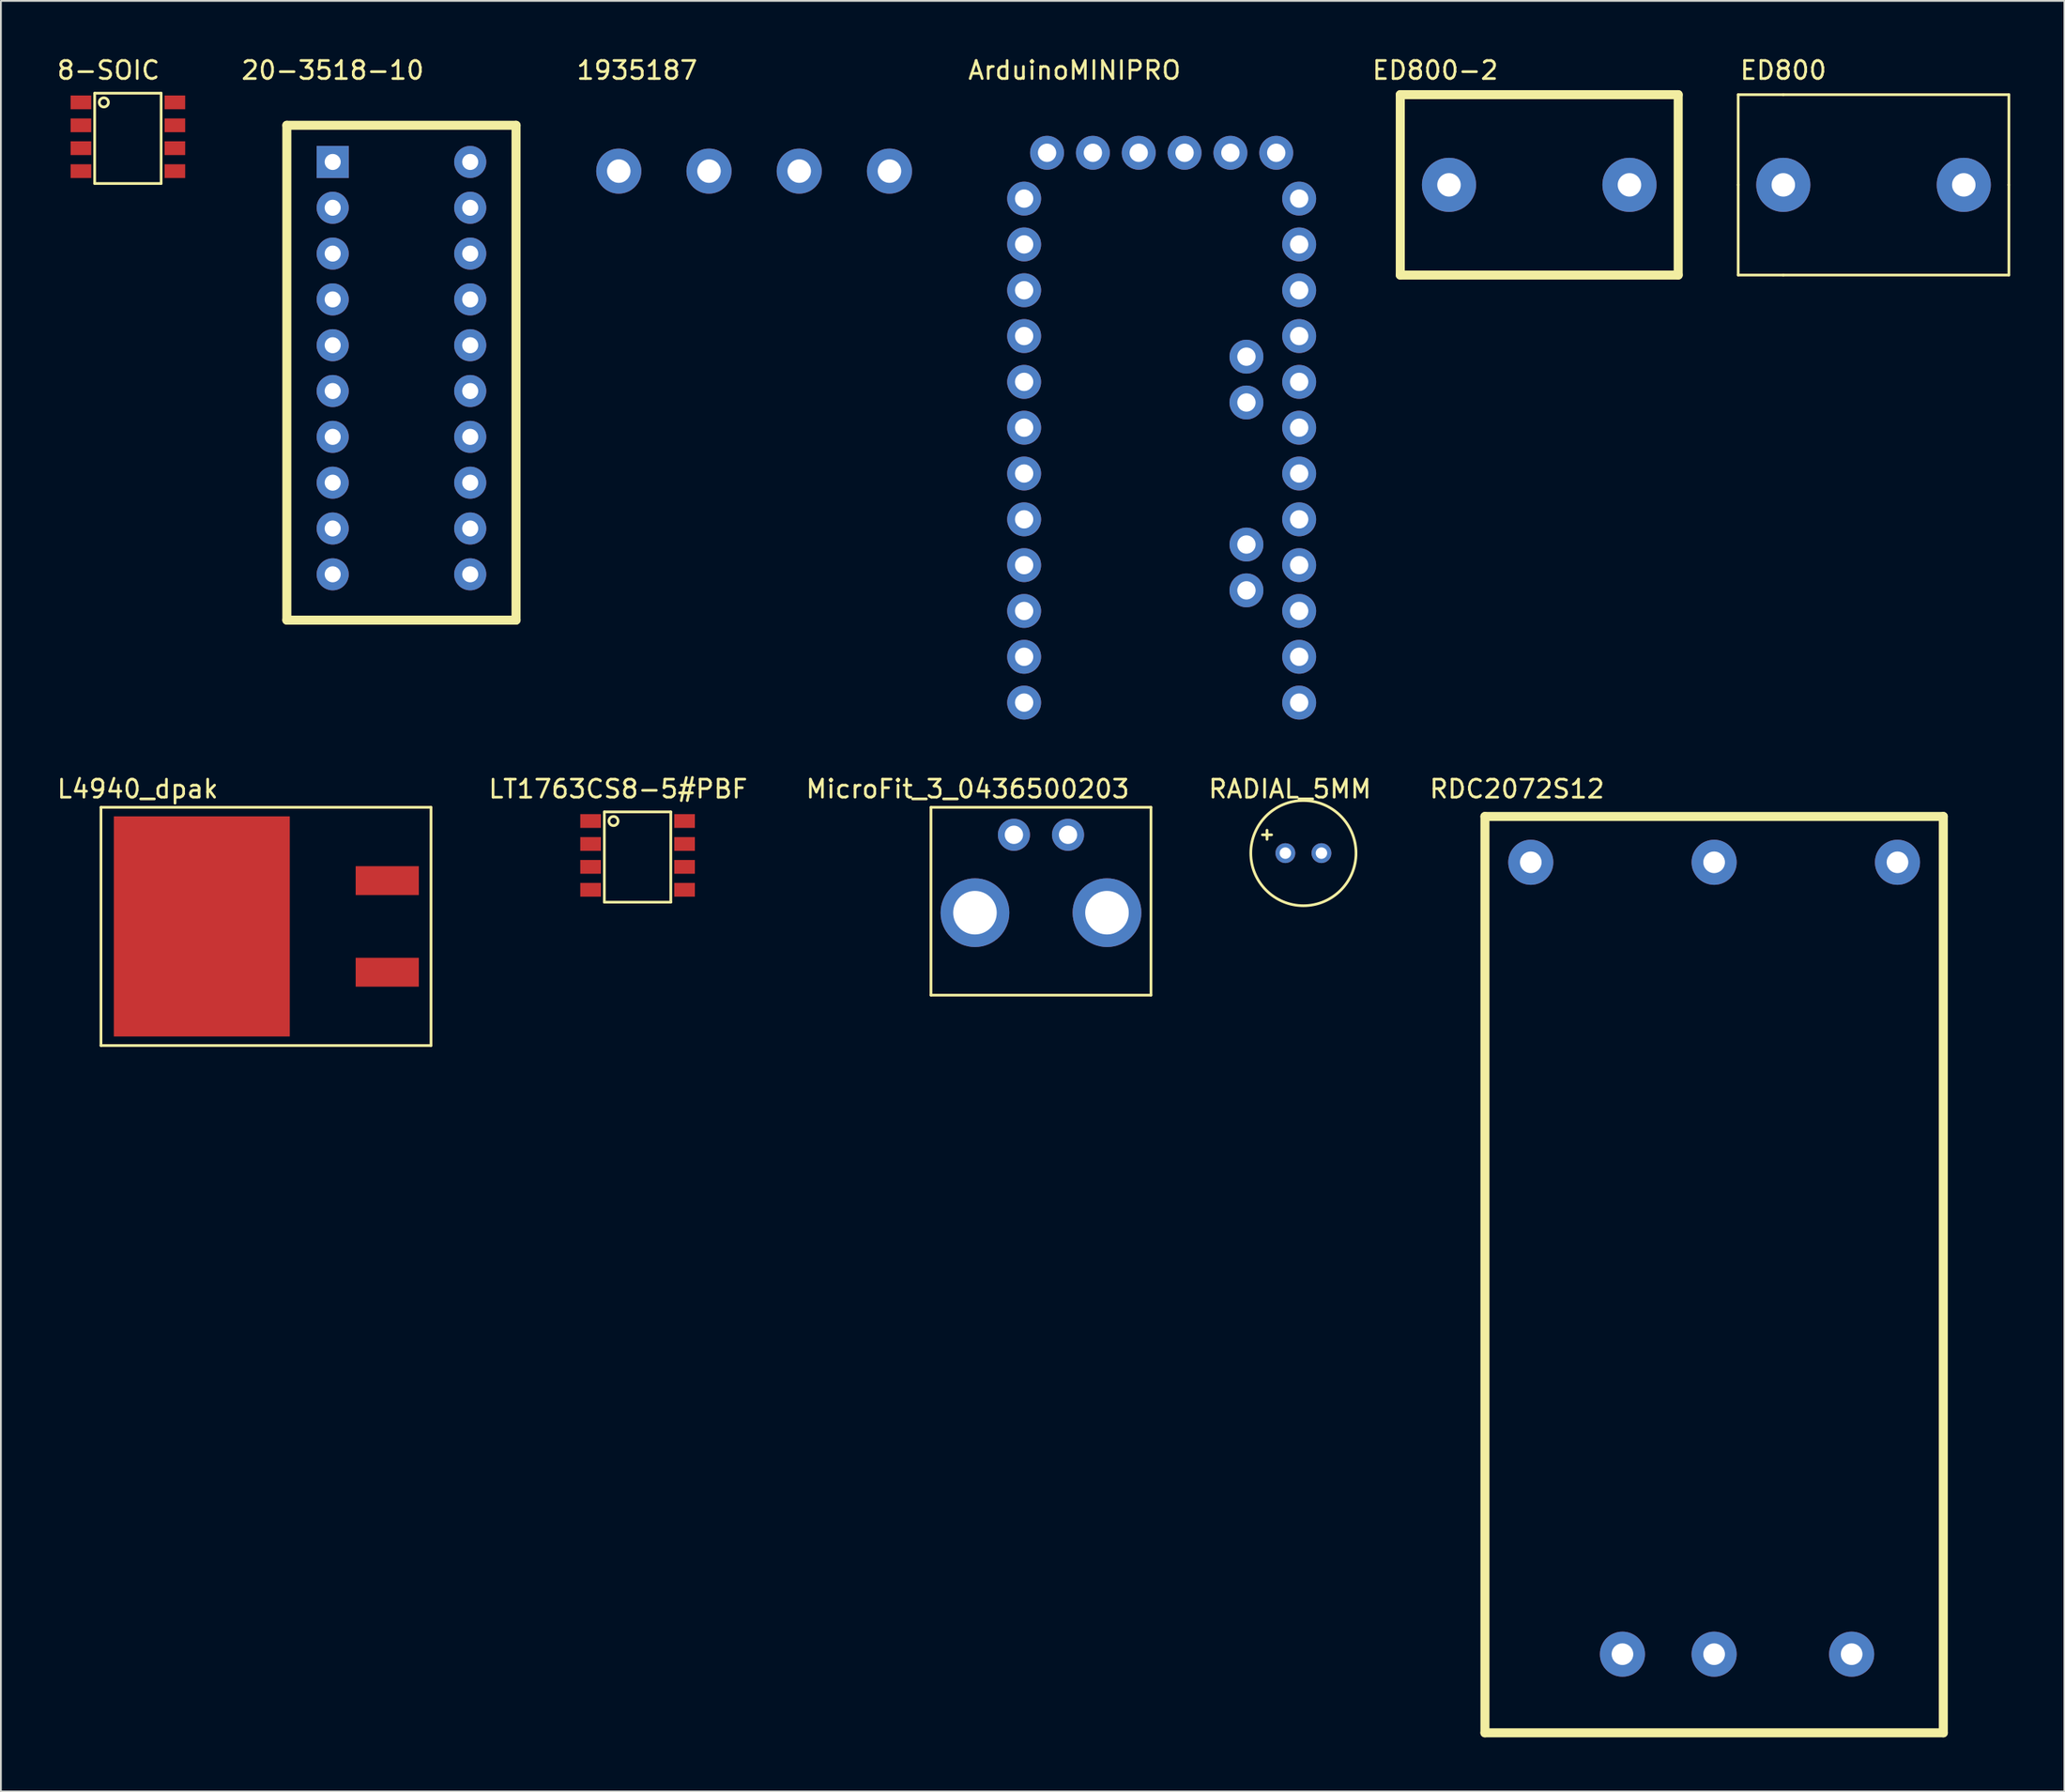
<source format=kicad_pcb>
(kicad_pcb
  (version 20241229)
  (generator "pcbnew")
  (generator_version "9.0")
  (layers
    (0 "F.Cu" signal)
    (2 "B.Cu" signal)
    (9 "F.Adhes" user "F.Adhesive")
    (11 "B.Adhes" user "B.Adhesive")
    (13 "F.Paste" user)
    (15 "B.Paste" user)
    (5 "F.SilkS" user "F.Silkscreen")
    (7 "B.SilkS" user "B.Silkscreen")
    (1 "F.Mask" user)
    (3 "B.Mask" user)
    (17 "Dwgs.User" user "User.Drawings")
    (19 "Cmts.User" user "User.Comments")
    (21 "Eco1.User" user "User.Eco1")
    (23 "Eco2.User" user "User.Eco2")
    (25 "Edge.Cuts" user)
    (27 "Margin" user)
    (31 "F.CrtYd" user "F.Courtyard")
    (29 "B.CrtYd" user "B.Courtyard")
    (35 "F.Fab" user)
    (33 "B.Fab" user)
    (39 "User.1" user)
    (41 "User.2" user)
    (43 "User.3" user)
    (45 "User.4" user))
  (footprint "ED800"
    (layer "F.Cu")
    (at 95.768 7.198)
    (property "Reference" "ED800" (at 0 -6.35 0) (layer "F.SilkS") (effects (font (size 1 1) (thickness 0.15))))
    (attr through_hole)
    (fp_line (start -2.5 -5) (end 0 -5) (stroke (width 0.15) (type solid)) (layer "F.SilkS"))
    (fp_line (start -2.5 0) (end -2.5 -5) (stroke (width 0.15) (type solid)) (layer "F.SilkS"))
    (fp_line (start -2.5 0) (end -2.5 5) (stroke (width 0.15) (type solid)) (layer "F.SilkS"))
    (fp_line (start 0 -5) (end 12.5 -5) (stroke (width 0.15) (type solid)) (layer "F.SilkS"))
    (fp_line (start 0 5) (end -2.5 5) (stroke (width 0.15) (type solid)) (layer "F.SilkS"))
    (fp_line (start 0 5) (end 12.5 5) (stroke (width 0.15) (type solid)) (layer "F.SilkS"))
    (fp_line (start 12.5 0) (end 12.5 -5) (stroke (width 0.15) (type solid)) (layer "F.SilkS"))
    (fp_line (start 12.5 0) (end 12.5 5) (stroke (width 0.15) (type solid)) (layer "F.SilkS"))
    (pad "1" thru_hole circle (at 0 0) (size 3 3) (drill 1.3) (layers "*.Cu" "*.Mask"))
    (pad "2" thru_hole circle (at 10 0) (size 3 3) (drill 1.3) (layers "*.Cu" "*.Mask")))
  (footprint "ED800-2"
    (layer "F.Cu")
    (at 77.243 7.198)
    (property "Reference" "ED800-2" (at -0.762 -6.35 0) (layer "F.SilkS") (effects (font (size 1 1) (thickness 0.15))))
    (attr through_hole)
    (fp_line (start -2.7 -5) (end -2.7 5) (stroke (width 0.5) (type solid)) (layer "F.SilkS"))
    (fp_line (start -2.7 -5) (end 12.7 -5) (stroke (width 0.5) (type solid)) (layer "F.SilkS"))
    (fp_line (start -2.7 5) (end 12.7 5) (stroke (width 0.5) (type solid)) (layer "F.SilkS"))
    (fp_line (start 12.7 -5) (end 12.7 5) (stroke (width 0.5) (type solid)) (layer "F.SilkS"))
    (pad "1" thru_hole circle (at 0 0) (size 3 3) (drill 1.3) (layers "*.Cu" "*.Mask"))
    (pad "2" thru_hole circle (at 10 0) (size 3 3) (drill 1.3) (layers "*.Cu" "*.Mask")))
  (footprint "RADIAL_5MM"
    (layer "F.Cu")
    (at 68.175 44.244)
    (property "Reference" "RADIAL_5MM" (at 0.254 -3.556 0) (layer "F.SilkS") (effects (font (size 1 1) (thickness 0.15))))
    (attr through_hole)
    (fp_line (start -1.27 -1.016) (end -0.762 -1.016) (stroke (width 0.15) (type solid)) (layer "F.SilkS"))
    (fp_line (start -1.016 -1.27) (end -1.016 -0.762) (stroke (width 0.15) (type solid)) (layer "F.SilkS"))
    (fp_circle (center 1 0) (end 2.5 2.5) (stroke (width 0.15) (type solid)) (fill no) (layer "F.SilkS"))
    (pad "1" thru_hole circle (at 0 0) (size 1.1 1.1) (drill 0.635) (layers "*.Cu" "*.Mask"))
    (pad "2" thru_hole circle (at 2 0) (size 1.1 1.1) (drill 0.635) (layers "*.Cu" "*.Mask")))
  (footprint "1935187"
    (layer "F.Cu")
    (at 31.238 6.436)
    (property "Reference" "1935187" (at 1.016 -5.588 0) (layer "F.SilkS") (effects (font (size 1 1) (thickness 0.15))))
    (attr through_hole)
    (pad "1" thru_hole circle (at 0 0) (size 2.5 2.5) (drill 1.3) (layers "*.Cu" "*.Mask"))
    (pad "2" thru_hole circle (at 5 0) (size 2.5 2.5) (drill 1.3) (layers "*.Cu" "*.Mask"))
    (pad "3" thru_hole circle (at 10 0) (size 2.5 2.5) (drill 1.3) (layers "*.Cu" "*.Mask"))
    (pad "4" thru_hole circle (at 15 0) (size 2.5 2.5) (drill 1.3) (layers "*.Cu" "*.Mask")))
  (footprint "RDC2072S12"
    (layer "F.Cu")
    (at 81.774 44.752)
    (property "Reference" "RDC2072S12" (at -0.762 -4.064 0) (layer "F.SilkS") (effects (font (size 1 1) (thickness 0.15))))
    (attr through_hole)
    (fp_line (start -2.54 -2.54) (end -2.54 48.26) (stroke (width 0.5) (type solid)) (layer "F.SilkS"))
    (fp_line (start -2.54 -2.54) (end 22.86 -2.54) (stroke (width 0.5) (type solid)) (layer "F.SilkS"))
    (fp_line (start -2.54 48.26) (end 22.86 48.26) (stroke (width 0.5) (type solid)) (layer "F.SilkS"))
    (fp_line (start 22.86 -2.54) (end 22.86 48.26) (stroke (width 0.5) (type solid)) (layer "F.SilkS"))
    (pad "1" thru_hole circle (at 5.08 43.9) (size 2.5 2.5) (drill 1.2) (layers "*.Cu" "*.Mask"))
    (pad "2" thru_hole circle (at 10.16 43.9) (size 2.5 2.5) (drill 1.2) (layers "*.Cu" "*.Mask"))
    (pad "3" thru_hole circle (at 17.78 43.9) (size 2.5 2.5) (drill 1.2) (layers "*.Cu" "*.Mask"))
    (pad "4" thru_hole circle (at 0 0) (size 2.5 2.5) (drill 1.2) (layers "*.Cu" "*.Mask"))
    (pad "5" thru_hole circle (at 10.16 0) (size 2.5 2.5) (drill 1.2) (layers "*.Cu" "*.Mask"))
    (pad "6" thru_hole circle (at 20.32 0) (size 2.5 2.5) (drill 1.2) (layers "*.Cu" "*.Mask")))
  (footprint "MicroFit_3_0436500203"
    (layer "F.Cu")
    (at 54.633 43.228)
    (property "Reference" "MicroFit_3_0436500203" (at -4.064 -2.54 0) (layer "F.SilkS") (effects (font (size 1 1) (thickness 0.15))))
    (attr through_hole)
    (fp_line (start -6.096 -1.524) (end -6.096 8.89) (stroke (width 0.15) (type solid)) (layer "F.SilkS"))
    (fp_line (start -6.096 -1.524) (end 6.096 -1.524) (stroke (width 0.15) (type solid)) (layer "F.SilkS"))
    (fp_line (start -6.096 8.89) (end 6.096 8.89) (stroke (width 0.15) (type solid)) (layer "F.SilkS"))
    (fp_line (start 6.096 -1.524) (end 6.096 8.89) (stroke (width 0.15) (type solid)) (layer "F.SilkS"))
    (pad "1" thru_hole circle (at 1.499 0) (size 1.778 1.778) (drill 1.016) (layers "*.Cu" "*.Mask"))
    (pad "2" thru_hole circle (at -1.499 0) (size 1.778 1.778) (drill 1.016) (layers "*.Cu" "*.Mask"))
    (pad "3" thru_hole circle (at 3.658 4.318) (size 3.81 3.81) (drill 2.413) (layers "*.Cu" "*.Mask"))
    (pad "4" thru_hole circle (at -3.658 4.318) (size 3.81 3.81) (drill 2.413) (layers "*.Cu" "*.Mask")))
  (footprint "ArduinoMINIPRO"
    (layer "F.Cu")
    (at 68.94 7.96)
    (property "Reference" "ArduinoMINIPRO" (at -12.446 -7.112 0) (layer "F.SilkS") (effects (font (size 1 1) (thickness 0.15))))
    (attr through_hole)
    (pad "1" thru_hole circle (at 0 0) (size 1.88 1.88) (drill 1.016) (layers "*.Cu" "*.Mask"))
    (pad "2" thru_hole circle (at 0 2.54) (size 1.88 1.88) (drill 1.016) (layers "*.Cu" "*.Mask"))
    (pad "3" thru_hole circle (at 0 5.08) (size 1.88 1.88) (drill 1.016) (layers "*.Cu" "*.Mask"))
    (pad "4" thru_hole circle (at 0 7.62) (size 1.88 1.88) (drill 1.016) (layers "*.Cu" "*.Mask"))
    (pad "5" thru_hole circle (at 0 10.16) (size 1.88 1.88) (drill 1.016) (layers "*.Cu" "*.Mask"))
    (pad "6" thru_hole circle (at 0 12.7) (size 1.88 1.88) (drill 1.016) (layers "*.Cu" "*.Mask"))
    (pad "7" thru_hole circle (at 0 15.24) (size 1.88 1.88) (drill 1.016) (layers "*.Cu" "*.Mask"))
    (pad "8" thru_hole circle (at 0 17.78) (size 1.88 1.88) (drill 1.016) (layers "*.Cu" "*.Mask"))
    (pad "9" thru_hole circle (at 0 20.32) (size 1.88 1.88) (drill 1.016) (layers "*.Cu" "*.Mask"))
    (pad "10" thru_hole circle (at 0 22.86) (size 1.88 1.88) (drill 1.016) (layers "*.Cu" "*.Mask"))
    (pad "11" thru_hole circle (at 0 25.4) (size 1.88 1.88) (drill 1.016) (layers "*.Cu" "*.Mask"))
    (pad "12" thru_hole circle (at 0 27.94) (size 1.88 1.88) (drill 1.016) (layers "*.Cu" "*.Mask"))
    (pad "13" thru_hole circle (at -15.24 0) (size 1.88 1.88) (drill 1.016) (layers "*.Cu" "*.Mask"))
    (pad "14" thru_hole circle (at -15.24 2.54) (size 1.88 1.88) (drill 1.016) (layers "*.Cu" "*.Mask"))
    (pad "15" thru_hole circle (at -15.24 5.08) (size 1.88 1.88) (drill 1.016) (layers "*.Cu" "*.Mask"))
    (pad "16" thru_hole circle (at -15.24 7.62) (size 1.88 1.88) (drill 1.016) (layers "*.Cu" "*.Mask"))
    (pad "17" thru_hole circle (at -15.24 10.16) (size 1.88 1.88) (drill 1.016) (layers "*.Cu" "*.Mask"))
    (pad "18" thru_hole circle (at -15.24 12.7) (size 1.88 1.88) (drill 1.016) (layers "*.Cu" "*.Mask"))
    (pad "19" thru_hole circle (at -15.24 15.24) (size 1.88 1.88) (drill 1.016) (layers "*.Cu" "*.Mask"))
    (pad "20" thru_hole circle (at -15.24 17.78) (size 1.88 1.88) (drill 1.016) (layers "*.Cu" "*.Mask"))
    (pad "21" thru_hole circle (at -15.24 20.32) (size 1.88 1.88) (drill 1.016) (layers "*.Cu" "*.Mask"))
    (pad "22" thru_hole circle (at -15.24 22.86) (size 1.88 1.88) (drill 1.016) (layers "*.Cu" "*.Mask"))
    (pad "23" thru_hole circle (at -15.24 25.4) (size 1.88 1.88) (drill 1.016) (layers "*.Cu" "*.Mask"))
    (pad "24" thru_hole circle (at -15.24 27.94) (size 1.88 1.88) (drill 1.016) (layers "*.Cu" "*.Mask"))
    (pad "25" thru_hole circle (at -1.27 -2.54) (size 1.88 1.88) (drill 1.016) (layers "*.Cu" "*.Mask"))
    (pad "26" thru_hole circle (at -3.81 -2.54) (size 1.88 1.88) (drill 1.016) (layers "*.Cu" "*.Mask"))
    (pad "27" thru_hole circle (at -6.35 -2.54) (size 1.88 1.88) (drill 1.016) (layers "*.Cu" "*.Mask"))
    (pad "28" thru_hole circle (at -8.89 -2.54) (size 1.88 1.88) (drill 1.016) (layers "*.Cu" "*.Mask"))
    (pad "29" thru_hole circle (at -11.43 -2.54) (size 1.88 1.88) (drill 1.016) (layers "*.Cu" "*.Mask"))
    (pad "30" thru_hole circle (at -13.97 -2.54) (size 1.88 1.88) (drill 1.016) (layers "*.Cu" "*.Mask"))
    (pad "31" thru_hole circle (at -2.921 8.763) (size 1.88 1.88) (drill 1.016) (layers "*.Cu" "*.Mask"))
    (pad "32" thru_hole circle (at -2.921 11.303) (size 1.88 1.88) (drill 1.016) (layers "*.Cu" "*.Mask"))
    (pad "33" thru_hole circle (at -2.921 19.177) (size 1.88 1.88) (drill 1.016) (layers "*.Cu" "*.Mask"))
    (pad "34" thru_hole circle (at -2.921 21.717) (size 1.88 1.88) (drill 1.016) (layers "*.Cu" "*.Mask")))
  (footprint "20-3518-10"
    (layer "F.Cu")
    (at 15.385 5.928)
    (property "Reference" "20-3518-10" (at 0 -5.08 0) (layer "F.SilkS") (effects (font (size 1 1) (thickness 0.15))))
    (attr through_hole)
    (fp_line (start -2.54 -2.032) (end -2.54 25.4) (stroke (width 0.5) (type solid)) (layer "F.SilkS"))
    (fp_line (start -2.54 -2.032) (end 10.16 -2.032) (stroke (width 0.5) (type solid)) (layer "F.SilkS"))
    (fp_line (start -2.54 25.4) (end 10.16 25.4) (stroke (width 0.5) (type solid)) (layer "F.SilkS"))
    (fp_line (start 10.16 25.4) (end 10.16 -2.032) (stroke (width 0.5) (type solid)) (layer "F.SilkS"))
    (pad "1" thru_hole rect (at 0 0) (size 1.778 1.778) (drill 0.889) (layers "*.Cu" "*.Mask"))
    (pad "2" thru_hole circle (at 0 2.54) (size 1.778 1.778) (drill 0.889) (layers "*.Cu" "*.Mask"))
    (pad "3" thru_hole circle (at 0 5.08) (size 1.778 1.778) (drill 0.889) (layers "*.Cu" "*.Mask"))
    (pad "4" thru_hole circle (at 0 7.62) (size 1.778 1.778) (drill 0.889) (layers "*.Cu" "*.Mask"))
    (pad "5" thru_hole circle (at 0 10.16) (size 1.778 1.778) (drill 0.889) (layers "*.Cu" "*.Mask"))
    (pad "6" thru_hole circle (at 0 12.7) (size 1.778 1.778) (drill 0.889) (layers "*.Cu" "*.Mask"))
    (pad "7" thru_hole circle (at 0 15.24) (size 1.778 1.778) (drill 0.889) (layers "*.Cu" "*.Mask"))
    (pad "8" thru_hole circle (at 0 17.78) (size 1.778 1.778) (drill 0.889) (layers "*.Cu" "*.Mask"))
    (pad "9" thru_hole circle (at 0 20.32) (size 1.778 1.778) (drill 0.889) (layers "*.Cu" "*.Mask"))
    (pad "10" thru_hole circle (at 0 22.86) (size 1.778 1.778) (drill 0.889) (layers "*.Cu" "*.Mask"))
    (pad "11" thru_hole circle (at 7.62 0) (size 1.778 1.778) (drill 0.889) (layers "*.Cu" "*.Mask"))
    (pad "12" thru_hole circle (at 7.62 2.54) (size 1.778 1.778) (drill 0.889) (layers "*.Cu" "*.Mask"))
    (pad "13" thru_hole circle (at 7.62 5.08) (size 1.778 1.778) (drill 0.889) (layers "*.Cu" "*.Mask"))
    (pad "14" thru_hole circle (at 7.62 7.62) (size 1.778 1.778) (drill 0.889) (layers "*.Cu" "*.Mask"))
    (pad "15" thru_hole circle (at 7.62 10.16) (size 1.778 1.778) (drill 0.889) (layers "*.Cu" "*.Mask"))
    (pad "16" thru_hole circle (at 7.62 12.7) (size 1.778 1.778) (drill 0.889) (layers "*.Cu" "*.Mask"))
    (pad "17" thru_hole circle (at 7.62 15.24) (size 1.778 1.778) (drill 0.889) (layers "*.Cu" "*.Mask"))
    (pad "18" thru_hole circle (at 7.62 17.78) (size 1.778 1.778) (drill 0.889) (layers "*.Cu" "*.Mask"))
    (pad "19" thru_hole circle (at 7.62 20.32) (size 1.778 1.778) (drill 0.889) (layers "*.Cu" "*.Mask"))
    (pad "20" thru_hole circle (at 7.62 22.86) (size 1.778 1.778) (drill 0.889) (layers "*.Cu" "*.Mask")))
  (footprint "8-SOIC"
    (layer "F.Cu")
    (at 1.434 2.626)
    (property "Reference" "8-SOIC" (at 1.524 -1.778 0) (layer "F.SilkS") (effects (font (size 1 1) (thickness 0.15))))
    (attr through_hole)
    (fp_line (start 0.762 -0.508) (end 0.762 4.496) (stroke (width 0.15) (type solid)) (layer "F.SilkS"))
    (fp_line (start 0.762 -0.508) (end 4.445 -0.508) (stroke (width 0.15) (type solid)) (layer "F.SilkS"))
    (fp_line (start 0.762 4.496) (end 4.445 4.496) (stroke (width 0.15) (type solid)) (layer "F.SilkS"))
    (fp_line (start 4.445 -0.508) (end 4.445 4.496) (stroke (width 0.15) (type solid)) (layer "F.SilkS"))
    (fp_circle (center 1.27 0) (end 1.524 0) (stroke (width 0.15) (type solid)) (fill no) (layer "F.SilkS"))
    (pad "1" smd rect (at 0 0) (size 1.143 0.762) (layers "F.Cu" "F.Mask" "F.Paste"))
    (pad "2" smd rect (at 0 1.27) (size 1.143 0.762) (layers "F.Cu" "F.Mask" "F.Paste"))
    (pad "3" smd rect (at 0 2.54) (size 1.143 0.762) (layers "F.Cu" "F.Mask" "F.Paste"))
    (pad "4" smd rect (at 0 3.81) (size 1.143 0.762) (layers "F.Cu" "F.Mask" "F.Paste"))
    (pad "5" smd rect (at 5.207 3.81) (size 1.143 0.762) (layers "F.Cu" "F.Mask" "F.Paste"))
    (pad "6" smd rect (at 5.207 2.54) (size 1.143 0.762) (layers "F.Cu" "F.Mask" "F.Paste"))
    (pad "7" smd rect (at 5.207 1.27) (size 1.143 0.762) (layers "F.Cu" "F.Mask" "F.Paste"))
    (pad "8" smd rect (at 5.207 0) (size 1.143 0.762) (layers "F.Cu" "F.Mask" "F.Paste")))
  (footprint "LT1763CS8-5#PBF"
    (layer "F.Cu")
    (at 29.676 42.466)
    (property "Reference" "LT1763CS8-5#PBF" (at 1.524 -1.778 0) (layer "F.SilkS") (effects (font (size 1 1) (thickness 0.15))))
    (attr through_hole)
    (fp_line (start 0.762 -0.508) (end 0.762 4.496) (stroke (width 0.15) (type solid)) (layer "F.SilkS"))
    (fp_line (start 0.762 -0.508) (end 4.445 -0.508) (stroke (width 0.15) (type solid)) (layer "F.SilkS"))
    (fp_line (start 0.762 4.496) (end 4.445 4.496) (stroke (width 0.15) (type solid)) (layer "F.SilkS"))
    (fp_line (start 4.445 -0.508) (end 4.445 4.496) (stroke (width 0.15) (type solid)) (layer "F.SilkS"))
    (fp_circle (center 1.27 0) (end 1.524 0) (stroke (width 0.15) (type solid)) (fill no) (layer "F.SilkS"))
    (pad "1" smd rect (at 0 0) (size 1.143 0.762) (layers "F.Cu" "F.Mask" "F.Paste"))
    (pad "2" smd rect (at 0 1.27) (size 1.143 0.762) (layers "F.Cu" "F.Mask" "F.Paste"))
    (pad "3" smd rect (at 0 2.54) (size 1.143 0.762) (layers "F.Cu" "F.Mask" "F.Paste"))
    (pad "4" smd rect (at 0 3.81) (size 1.143 0.762) (layers "F.Cu" "F.Mask" "F.Paste"))
    (pad "5" smd rect (at 5.207 3.81) (size 1.143 0.762) (layers "F.Cu" "F.Mask" "F.Paste"))
    (pad "6" smd rect (at 5.207 2.54) (size 1.143 0.762) (layers "F.Cu" "F.Mask" "F.Paste"))
    (pad "7" smd rect (at 5.207 1.27) (size 1.143 0.762) (layers "F.Cu" "F.Mask" "F.Paste"))
    (pad "8" smd rect (at 5.207 0) (size 1.143 0.762) (layers "F.Cu" "F.Mask" "F.Paste")))
  (footprint "L4940_dpak"
    (layer "F.Cu")
    (at 8.133 48.308)
    (property "Reference" "L4940_dpak" (at -3.556 -7.62 0) (layer "F.SilkS") (effects (font (size 1 1) (thickness 0.15))))
    (attr through_hole)
    (fp_line (start -5.588 -6.604) (end -5.588 6.604) (stroke (width 0.15) (type solid)) (layer "F.SilkS"))
    (fp_line (start -5.588 -6.604) (end 12.7 -6.604) (stroke (width 0.15) (type solid)) (layer "F.SilkS"))
    (fp_line (start -5.588 6.604) (end 12.7 6.604) (stroke (width 0.15) (type solid)) (layer "F.SilkS"))
    (fp_line (start 12.7 -6.604) (end 12.7 6.604) (stroke (width 0.15) (type solid)) (layer "F.SilkS"))
    (pad "1" smd rect (at 10.275 2.54) (size 3.5 1.6) (layers "F.Cu" "F.Mask" "F.Paste"))
    (pad "2" smd rect (at 0 0) (size 9.75 12.2) (layers "F.Cu" "F.Mask" "F.Paste"))
    (pad "3" smd rect (at 10.275 -2.54) (size 3.5 1.6) (layers "F.Cu" "F.Mask" "F.Paste")))
  (gr_rect
    (start -3 -3)
    (end 111.343 96.262)
    (stroke (width 0.1) (type default))
    (fill no)
    (layer "Edge.Cuts")))
</source>
